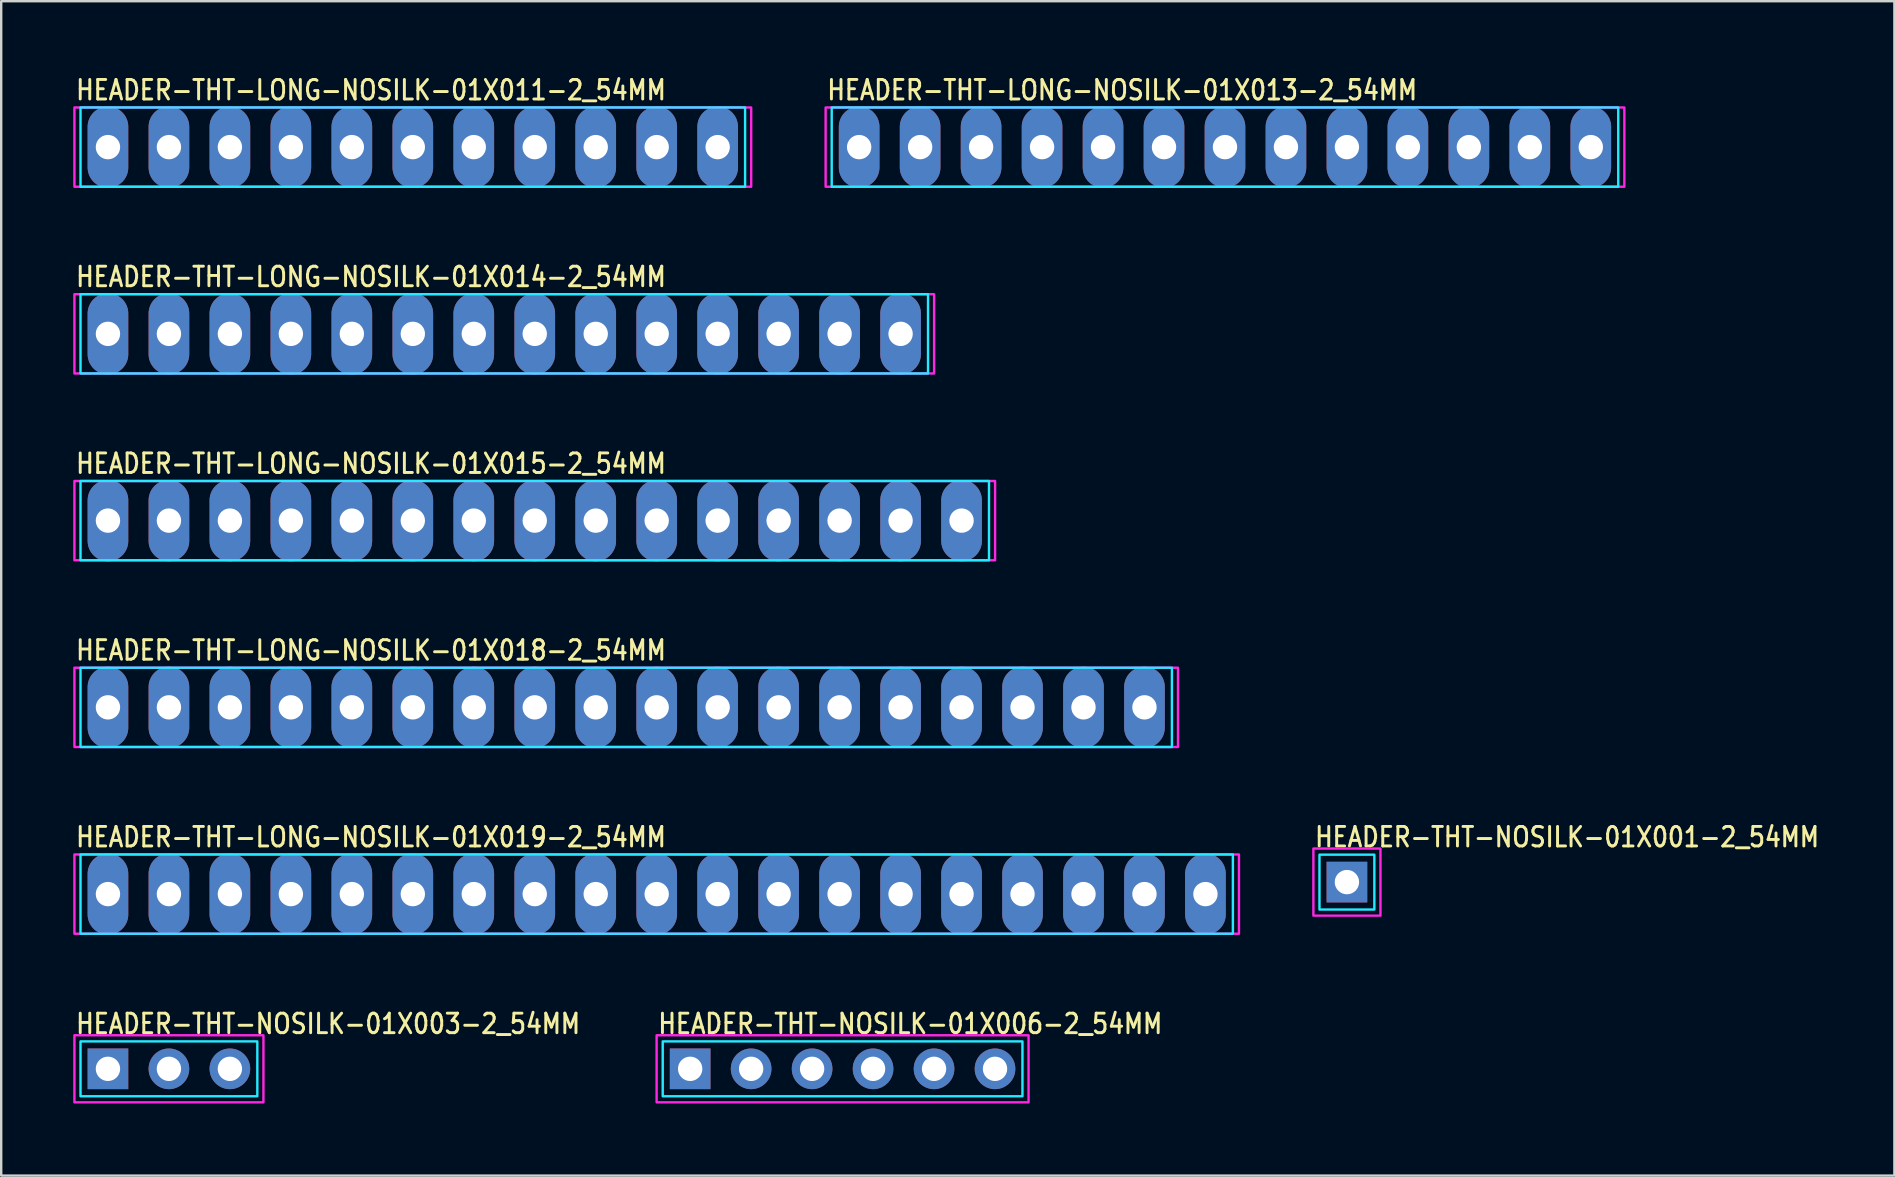
<source format=kicad_pcb>
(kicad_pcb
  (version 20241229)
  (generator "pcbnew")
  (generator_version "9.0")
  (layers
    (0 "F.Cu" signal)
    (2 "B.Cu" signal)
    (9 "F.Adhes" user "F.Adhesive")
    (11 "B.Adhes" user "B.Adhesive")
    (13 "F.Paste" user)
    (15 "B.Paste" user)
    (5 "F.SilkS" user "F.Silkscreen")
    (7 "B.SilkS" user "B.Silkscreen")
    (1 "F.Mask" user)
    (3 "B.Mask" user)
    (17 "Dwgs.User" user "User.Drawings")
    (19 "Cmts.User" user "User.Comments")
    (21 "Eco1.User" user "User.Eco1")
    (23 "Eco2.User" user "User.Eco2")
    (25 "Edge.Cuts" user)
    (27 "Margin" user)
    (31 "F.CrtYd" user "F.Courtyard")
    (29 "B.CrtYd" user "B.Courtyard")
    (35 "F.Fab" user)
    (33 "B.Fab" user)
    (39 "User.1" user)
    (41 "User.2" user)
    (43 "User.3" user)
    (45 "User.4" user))
  (footprint "HEADER-THT-LONG-NOSILK-01X018-2_54MM"
    (layer "F.Cu")
    (at 1.447 26.417)
    (property "Reference" "HEADER-THT-LONG-NOSILK-01X018-2_54MM" (at -1.4 -1.9 0) (unlocked yes) (layer "F.SilkS") (effects (font (size 0.813 0.695) (thickness 0.122)) (justify left bottom)))
    (fp_poly (pts (xy -1.143 -1.651) (xy 44.323 -1.651) (xy 44.323 1.651) (xy -1.143 1.651)) (stroke (width 0.1) (type solid)) (fill no) (layer "B.CrtYd"))
    (fp_poly (pts (xy -1.397 -1.651) (xy 44.577 -1.651) (xy 44.577 1.651) (xy -1.397 1.651)) (stroke (width 0.1) (type solid)) (fill no) (layer "F.CrtYd"))
    (pad "P$1" thru_hole oval (at 0 0 90) (size 3.387 1.693) (drill 1.016) (layers "*.Cu" "*.Mask"))
    (pad "P$2" thru_hole oval (at 2.54 0 90) (size 3.387 1.693) (drill 1.016) (layers "*.Cu" "*.Mask"))
    (pad "P$3" thru_hole oval (at 5.08 0 90) (size 3.387 1.693) (drill 1.016) (layers "*.Cu" "*.Mask"))
    (pad "P$4" thru_hole oval (at 7.62 0 90) (size 3.387 1.693) (drill 1.016) (layers "*.Cu" "*.Mask"))
    (pad "P$5" thru_hole oval (at 10.16 0 90) (size 3.387 1.693) (drill 1.016) (layers "*.Cu" "*.Mask"))
    (pad "P$6" thru_hole oval (at 12.7 0 90) (size 3.387 1.693) (drill 1.016) (layers "*.Cu" "*.Mask"))
    (pad "P$7" thru_hole oval (at 15.24 0 90) (size 3.387 1.693) (drill 1.016) (layers "*.Cu" "*.Mask"))
    (pad "P$8" thru_hole oval (at 17.78 0 90) (size 3.387 1.693) (drill 1.016) (layers "*.Cu" "*.Mask"))
    (pad "P$9" thru_hole oval (at 20.32 0 90) (size 3.387 1.693) (drill 1.016) (layers "*.Cu" "*.Mask"))
    (pad "P$10" thru_hole oval (at 22.86 0 90) (size 3.387 1.693) (drill 1.016) (layers "*.Cu" "*.Mask"))
    (pad "P$11" thru_hole oval (at 25.4 0 90) (size 3.387 1.693) (drill 1.016) (layers "*.Cu" "*.Mask"))
    (pad "P$12" thru_hole oval (at 27.94 0 90) (size 3.387 1.693) (drill 1.016) (layers "*.Cu" "*.Mask"))
    (pad "P$13" thru_hole oval (at 30.48 0 90) (size 3.387 1.693) (drill 1.016) (layers "*.Cu" "*.Mask"))
    (pad "P$14" thru_hole oval (at 33.02 0 90) (size 3.387 1.693) (drill 1.016) (layers "*.Cu" "*.Mask"))
    (pad "P$15" thru_hole oval (at 35.56 0 90) (size 3.387 1.693) (drill 1.016) (layers "*.Cu" "*.Mask"))
    (pad "P$16" thru_hole oval (at 38.1 0 90) (size 3.387 1.693) (drill 1.016) (layers "*.Cu" "*.Mask"))
    (pad "P$17" thru_hole oval (at 40.64 0 90) (size 3.387 1.693) (drill 1.016) (layers "*.Cu" "*.Mask"))
    (pad "P$18" thru_hole oval (at 43.18 0 90) (size 3.387 1.693) (drill 1.016) (layers "*.Cu" "*.Mask")))
  (footprint "HEADER-THT-NOSILK-01X003-2_54MM"
    (layer "F.Cu")
    (at 1.447 41.476)
    (property "Reference" "HEADER-THT-NOSILK-01X003-2_54MM" (at -1.4 -1.4 0) (unlocked yes) (layer "F.SilkS") (effects (font (size 0.813 0.695) (thickness 0.122)) (justify left bottom)))
    (fp_poly (pts (xy -1.143 -1.143) (xy 6.223 -1.143) (xy 6.223 1.143) (xy -1.143 1.143)) (stroke (width 0.1) (type solid)) (fill no) (layer "B.CrtYd"))
    (fp_poly (pts (xy -1.397 -1.397) (xy 6.477 -1.397) (xy 6.477 1.397) (xy -1.397 1.397)) (stroke (width 0.1) (type solid)) (fill no) (layer "F.CrtYd"))
    (pad "P$1" thru_hole rect (at 0 0) (size 1.693 1.693) (drill 1.016) (layers "*.Cu" "*.Mask"))
    (pad "P$2" thru_hole oval (at 2.54 0) (size 1.693 1.693) (drill 1.016) (layers "*.Cu" "*.Mask"))
    (pad "P$3" thru_hole oval (at 5.08 0) (size 1.693 1.693) (drill 1.016) (layers "*.Cu" "*.Mask")))
  (footprint "HEADER-THT-LONG-NOSILK-01X011-2_54MM"
    (layer "F.Cu")
    (at 1.447 3.079)
    (property "Reference" "HEADER-THT-LONG-NOSILK-01X011-2_54MM" (at -1.4 -1.9 0) (unlocked yes) (layer "F.SilkS") (effects (font (size 0.813 0.695) (thickness 0.122)) (justify left bottom)))
    (fp_poly (pts (xy -1.143 -1.651) (xy 26.543 -1.651) (xy 26.543 1.651) (xy -1.143 1.651)) (stroke (width 0.1) (type solid)) (fill no) (layer "B.CrtYd"))
    (fp_poly (pts (xy -1.397 -1.651) (xy 26.797 -1.651) (xy 26.797 1.651) (xy -1.397 1.651)) (stroke (width 0.1) (type solid)) (fill no) (layer "F.CrtYd"))
    (pad "P$1" thru_hole oval (at 0 0 90) (size 3.387 1.693) (drill 1.016) (layers "*.Cu" "*.Mask"))
    (pad "P$2" thru_hole oval (at 2.54 0 90) (size 3.387 1.693) (drill 1.016) (layers "*.Cu" "*.Mask"))
    (pad "P$3" thru_hole oval (at 5.08 0 90) (size 3.387 1.693) (drill 1.016) (layers "*.Cu" "*.Mask"))
    (pad "P$4" thru_hole oval (at 7.62 0 90) (size 3.387 1.693) (drill 1.016) (layers "*.Cu" "*.Mask"))
    (pad "P$5" thru_hole oval (at 10.16 0 90) (size 3.387 1.693) (drill 1.016) (layers "*.Cu" "*.Mask"))
    (pad "P$6" thru_hole oval (at 12.7 0 90) (size 3.387 1.693) (drill 1.016) (layers "*.Cu" "*.Mask"))
    (pad "P$7" thru_hole oval (at 15.24 0 90) (size 3.387 1.693) (drill 1.016) (layers "*.Cu" "*.Mask"))
    (pad "P$8" thru_hole oval (at 17.78 0 90) (size 3.387 1.693) (drill 1.016) (layers "*.Cu" "*.Mask"))
    (pad "P$9" thru_hole oval (at 20.32 0 90) (size 3.387 1.693) (drill 1.016) (layers "*.Cu" "*.Mask"))
    (pad "P$10" thru_hole oval (at 22.86 0 90) (size 3.387 1.693) (drill 1.016) (layers "*.Cu" "*.Mask"))
    (pad "P$11" thru_hole oval (at 25.4 0 90) (size 3.387 1.693) (drill 1.016) (layers "*.Cu" "*.Mask")))
  (footprint "HEADER-THT-LONG-NOSILK-01X013-2_54MM"
    (layer "F.Cu")
    (at 32.741 3.079)
    (property "Reference" "HEADER-THT-LONG-NOSILK-01X013-2_54MM" (at -1.4 -1.9 0) (unlocked yes) (layer "F.SilkS") (effects (font (size 0.813 0.695) (thickness 0.122)) (justify left bottom)))
    (fp_poly (pts (xy -1.143 -1.651) (xy 31.623 -1.651) (xy 31.623 1.651) (xy -1.143 1.651)) (stroke (width 0.1) (type solid)) (fill no) (layer "B.CrtYd"))
    (fp_poly (pts (xy -1.397 -1.651) (xy 31.877 -1.651) (xy 31.877 1.651) (xy -1.397 1.651)) (stroke (width 0.1) (type solid)) (fill no) (layer "F.CrtYd"))
    (pad "P$1" thru_hole oval (at 0 0 90) (size 3.387 1.693) (drill 1.016) (layers "*.Cu" "*.Mask"))
    (pad "P$2" thru_hole oval (at 2.54 0 90) (size 3.387 1.693) (drill 1.016) (layers "*.Cu" "*.Mask"))
    (pad "P$3" thru_hole oval (at 5.08 0 90) (size 3.387 1.693) (drill 1.016) (layers "*.Cu" "*.Mask"))
    (pad "P$4" thru_hole oval (at 7.62 0 90) (size 3.387 1.693) (drill 1.016) (layers "*.Cu" "*.Mask"))
    (pad "P$5" thru_hole oval (at 10.16 0 90) (size 3.387 1.693) (drill 1.016) (layers "*.Cu" "*.Mask"))
    (pad "P$6" thru_hole oval (at 12.7 0 90) (size 3.387 1.693) (drill 1.016) (layers "*.Cu" "*.Mask"))
    (pad "P$7" thru_hole oval (at 15.24 0 90) (size 3.387 1.693) (drill 1.016) (layers "*.Cu" "*.Mask"))
    (pad "P$8" thru_hole oval (at 17.78 0 90) (size 3.387 1.693) (drill 1.016) (layers "*.Cu" "*.Mask"))
    (pad "P$9" thru_hole oval (at 20.32 0 90) (size 3.387 1.693) (drill 1.016) (layers "*.Cu" "*.Mask"))
    (pad "P$10" thru_hole oval (at 22.86 0 90) (size 3.387 1.693) (drill 1.016) (layers "*.Cu" "*.Mask"))
    (pad "P$11" thru_hole oval (at 25.4 0 90) (size 3.387 1.693) (drill 1.016) (layers "*.Cu" "*.Mask"))
    (pad "P$12" thru_hole oval (at 27.94 0 90) (size 3.387 1.693) (drill 1.016) (layers "*.Cu" "*.Mask"))
    (pad "P$13" thru_hole oval (at 30.48 0 90) (size 3.387 1.693) (drill 1.016) (layers "*.Cu" "*.Mask")))
  (footprint "HEADER-THT-LONG-NOSILK-01X015-2_54MM"
    (layer "F.Cu")
    (at 1.447 18.638)
    (property "Reference" "HEADER-THT-LONG-NOSILK-01X015-2_54MM" (at -1.4 -1.9 0) (unlocked yes) (layer "F.SilkS") (effects (font (size 0.813 0.695) (thickness 0.122)) (justify left bottom)))
    (fp_poly (pts (xy -1.143 -1.651) (xy 36.703 -1.651) (xy 36.703 1.651) (xy -1.143 1.651)) (stroke (width 0.1) (type solid)) (fill no) (layer "B.CrtYd"))
    (fp_poly (pts (xy -1.397 -1.651) (xy 36.957 -1.651) (xy 36.957 1.651) (xy -1.397 1.651)) (stroke (width 0.1) (type solid)) (fill no) (layer "F.CrtYd"))
    (pad "P$1" thru_hole oval (at 0 0 90) (size 3.387 1.693) (drill 1.016) (layers "*.Cu" "*.Mask"))
    (pad "P$2" thru_hole oval (at 2.54 0 90) (size 3.387 1.693) (drill 1.016) (layers "*.Cu" "*.Mask"))
    (pad "P$3" thru_hole oval (at 5.08 0 90) (size 3.387 1.693) (drill 1.016) (layers "*.Cu" "*.Mask"))
    (pad "P$4" thru_hole oval (at 7.62 0 90) (size 3.387 1.693) (drill 1.016) (layers "*.Cu" "*.Mask"))
    (pad "P$5" thru_hole oval (at 10.16 0 90) (size 3.387 1.693) (drill 1.016) (layers "*.Cu" "*.Mask"))
    (pad "P$6" thru_hole oval (at 12.7 0 90) (size 3.387 1.693) (drill 1.016) (layers "*.Cu" "*.Mask"))
    (pad "P$7" thru_hole oval (at 15.24 0 90) (size 3.387 1.693) (drill 1.016) (layers "*.Cu" "*.Mask"))
    (pad "P$8" thru_hole oval (at 17.78 0 90) (size 3.387 1.693) (drill 1.016) (layers "*.Cu" "*.Mask"))
    (pad "P$9" thru_hole oval (at 20.32 0 90) (size 3.387 1.693) (drill 1.016) (layers "*.Cu" "*.Mask"))
    (pad "P$10" thru_hole oval (at 22.86 0 90) (size 3.387 1.693) (drill 1.016) (layers "*.Cu" "*.Mask"))
    (pad "P$11" thru_hole oval (at 25.4 0 90) (size 3.387 1.693) (drill 1.016) (layers "*.Cu" "*.Mask"))
    (pad "P$12" thru_hole oval (at 27.94 0 90) (size 3.387 1.693) (drill 1.016) (layers "*.Cu" "*.Mask"))
    (pad "P$13" thru_hole oval (at 30.48 0 90) (size 3.387 1.693) (drill 1.016) (layers "*.Cu" "*.Mask"))
    (pad "P$14" thru_hole oval (at 33.02 0 90) (size 3.387 1.693) (drill 1.016) (layers "*.Cu" "*.Mask"))
    (pad "P$15" thru_hole oval (at 35.56 0 90) (size 3.387 1.693) (drill 1.016) (layers "*.Cu" "*.Mask")))
  (footprint "HEADER-THT-LONG-NOSILK-01X019-2_54MM"
    (layer "F.Cu")
    (at 1.447 34.197)
    (property "Reference" "HEADER-THT-LONG-NOSILK-01X019-2_54MM" (at -1.4 -1.9 0) (unlocked yes) (layer "F.SilkS") (effects (font (size 0.813 0.695) (thickness 0.122)) (justify left bottom)))
    (fp_poly (pts (xy -1.143 -1.651) (xy 46.863 -1.651) (xy 46.863 1.651) (xy -1.143 1.651)) (stroke (width 0.1) (type solid)) (fill no) (layer "B.CrtYd"))
    (fp_poly (pts (xy -1.397 -1.651) (xy 47.117 -1.651) (xy 47.117 1.651) (xy -1.397 1.651)) (stroke (width 0.1) (type solid)) (fill no) (layer "F.CrtYd"))
    (pad "P$1" thru_hole oval (at 0 0 90) (size 3.387 1.693) (drill 1.016) (layers "*.Cu" "*.Mask"))
    (pad "P$2" thru_hole oval (at 2.54 0 90) (size 3.387 1.693) (drill 1.016) (layers "*.Cu" "*.Mask"))
    (pad "P$3" thru_hole oval (at 5.08 0 90) (size 3.387 1.693) (drill 1.016) (layers "*.Cu" "*.Mask"))
    (pad "P$4" thru_hole oval (at 7.62 0 90) (size 3.387 1.693) (drill 1.016) (layers "*.Cu" "*.Mask"))
    (pad "P$5" thru_hole oval (at 10.16 0 90) (size 3.387 1.693) (drill 1.016) (layers "*.Cu" "*.Mask"))
    (pad "P$6" thru_hole oval (at 12.7 0 90) (size 3.387 1.693) (drill 1.016) (layers "*.Cu" "*.Mask"))
    (pad "P$7" thru_hole oval (at 15.24 0 90) (size 3.387 1.693) (drill 1.016) (layers "*.Cu" "*.Mask"))
    (pad "P$8" thru_hole oval (at 17.78 0 90) (size 3.387 1.693) (drill 1.016) (layers "*.Cu" "*.Mask"))
    (pad "P$9" thru_hole oval (at 20.32 0 90) (size 3.387 1.693) (drill 1.016) (layers "*.Cu" "*.Mask"))
    (pad "P$10" thru_hole oval (at 22.86 0 90) (size 3.387 1.693) (drill 1.016) (layers "*.Cu" "*.Mask"))
    (pad "P$11" thru_hole oval (at 25.4 0 90) (size 3.387 1.693) (drill 1.016) (layers "*.Cu" "*.Mask"))
    (pad "P$12" thru_hole oval (at 27.94 0 90) (size 3.387 1.693) (drill 1.016) (layers "*.Cu" "*.Mask"))
    (pad "P$13" thru_hole oval (at 30.48 0 90) (size 3.387 1.693) (drill 1.016) (layers "*.Cu" "*.Mask"))
    (pad "P$14" thru_hole oval (at 33.02 0 90) (size 3.387 1.693) (drill 1.016) (layers "*.Cu" "*.Mask"))
    (pad "P$15" thru_hole oval (at 35.56 0 90) (size 3.387 1.693) (drill 1.016) (layers "*.Cu" "*.Mask"))
    (pad "P$16" thru_hole oval (at 38.1 0 90) (size 3.387 1.693) (drill 1.016) (layers "*.Cu" "*.Mask"))
    (pad "P$17" thru_hole oval (at 40.64 0 90) (size 3.387 1.693) (drill 1.016) (layers "*.Cu" "*.Mask"))
    (pad "P$18" thru_hole oval (at 43.18 0 90) (size 3.387 1.693) (drill 1.016) (layers "*.Cu" "*.Mask"))
    (pad "P$19" thru_hole oval (at 45.72 0 90) (size 3.387 1.693) (drill 1.016) (layers "*.Cu" "*.Mask")))
  (footprint "HEADER-THT-NOSILK-01X001-2_54MM"
    (layer "F.Cu")
    (at 53.061 33.697)
    (property "Reference" "HEADER-THT-NOSILK-01X001-2_54MM" (at -1.4 -1.4 0) (unlocked yes) (layer "F.SilkS") (effects (font (size 0.813 0.695) (thickness 0.122)) (justify left bottom)))
    (fp_poly (pts (xy -1.143 -1.143) (xy 1.143 -1.143) (xy 1.143 1.143) (xy -1.143 1.143)) (stroke (width 0.1) (type solid)) (fill no) (layer "B.CrtYd"))
    (fp_poly (pts (xy -1.397 -1.397) (xy 1.397 -1.397) (xy 1.397 1.397) (xy -1.397 1.397)) (stroke (width 0.1) (type solid)) (fill no) (layer "F.CrtYd"))
    (pad "P$1" thru_hole rect (at 0 0) (size 1.693 1.693) (drill 1.016) (layers "*.Cu" "*.Mask")))
  (footprint "HEADER-THT-LONG-NOSILK-01X014-2_54MM"
    (layer "F.Cu")
    (at 1.447 10.858)
    (property "Reference" "HEADER-THT-LONG-NOSILK-01X014-2_54MM" (at -1.4 -1.9 0) (unlocked yes) (layer "F.SilkS") (effects (font (size 0.813 0.695) (thickness 0.122)) (justify left bottom)))
    (fp_poly (pts (xy -1.143 -1.651) (xy 34.163 -1.651) (xy 34.163 1.651) (xy -1.143 1.651)) (stroke (width 0.1) (type solid)) (fill no) (layer "B.CrtYd"))
    (fp_poly (pts (xy -1.397 -1.651) (xy 34.417 -1.651) (xy 34.417 1.651) (xy -1.397 1.651)) (stroke (width 0.1) (type solid)) (fill no) (layer "F.CrtYd"))
    (pad "P$1" thru_hole oval (at 0 0 90) (size 3.387 1.693) (drill 1.016) (layers "*.Cu" "*.Mask"))
    (pad "P$2" thru_hole oval (at 2.54 0 90) (size 3.387 1.693) (drill 1.016) (layers "*.Cu" "*.Mask"))
    (pad "P$3" thru_hole oval (at 5.08 0 90) (size 3.387 1.693) (drill 1.016) (layers "*.Cu" "*.Mask"))
    (pad "P$4" thru_hole oval (at 7.62 0 90) (size 3.387 1.693) (drill 1.016) (layers "*.Cu" "*.Mask"))
    (pad "P$5" thru_hole oval (at 10.16 0 90) (size 3.387 1.693) (drill 1.016) (layers "*.Cu" "*.Mask"))
    (pad "P$6" thru_hole oval (at 12.7 0 90) (size 3.387 1.693) (drill 1.016) (layers "*.Cu" "*.Mask"))
    (pad "P$7" thru_hole oval (at 15.24 0 90) (size 3.387 1.693) (drill 1.016) (layers "*.Cu" "*.Mask"))
    (pad "P$8" thru_hole oval (at 17.78 0 90) (size 3.387 1.693) (drill 1.016) (layers "*.Cu" "*.Mask"))
    (pad "P$9" thru_hole oval (at 20.32 0 90) (size 3.387 1.693) (drill 1.016) (layers "*.Cu" "*.Mask"))
    (pad "P$10" thru_hole oval (at 22.86 0 90) (size 3.387 1.693) (drill 1.016) (layers "*.Cu" "*.Mask"))
    (pad "P$11" thru_hole oval (at 25.4 0 90) (size 3.387 1.693) (drill 1.016) (layers "*.Cu" "*.Mask"))
    (pad "P$12" thru_hole oval (at 27.94 0 90) (size 3.387 1.693) (drill 1.016) (layers "*.Cu" "*.Mask"))
    (pad "P$13" thru_hole oval (at 30.48 0 90) (size 3.387 1.693) (drill 1.016) (layers "*.Cu" "*.Mask"))
    (pad "P$14" thru_hole oval (at 33.02 0 90) (size 3.387 1.693) (drill 1.016) (layers "*.Cu" "*.Mask")))
  (footprint "HEADER-THT-NOSILK-01X006-2_54MM"
    (layer "F.Cu")
    (at 25.701 41.476)
    (property "Reference" "HEADER-THT-NOSILK-01X006-2_54MM" (at -1.4 -1.4 0) (unlocked yes) (layer "F.SilkS") (effects (font (size 0.813 0.695) (thickness 0.122)) (justify left bottom)))
    (fp_poly (pts (xy -1.143 -1.143) (xy 13.843 -1.143) (xy 13.843 1.143) (xy -1.143 1.143)) (stroke (width 0.1) (type solid)) (fill no) (layer "B.CrtYd"))
    (fp_poly (pts (xy -1.397 -1.397) (xy 14.097 -1.397) (xy 14.097 1.397) (xy -1.397 1.397)) (stroke (width 0.1) (type solid)) (fill no) (layer "F.CrtYd"))
    (pad "P$1" thru_hole rect (at 0 0) (size 1.693 1.693) (drill 1.016) (layers "*.Cu" "*.Mask"))
    (pad "P$2" thru_hole oval (at 2.54 0) (size 1.693 1.693) (drill 1.016) (layers "*.Cu" "*.Mask"))
    (pad "P$3" thru_hole oval (at 5.08 0) (size 1.693 1.693) (drill 1.016) (layers "*.Cu" "*.Mask"))
    (pad "P$4" thru_hole oval (at 7.62 0) (size 1.693 1.693) (drill 1.016) (layers "*.Cu" "*.Mask"))
    (pad "P$5" thru_hole oval (at 10.16 0) (size 1.693 1.693) (drill 1.016) (layers "*.Cu" "*.Mask"))
    (pad "P$6" thru_hole oval (at 12.7 0) (size 1.693 1.693) (drill 1.016) (layers "*.Cu" "*.Mask")))
  (gr_rect
    (start -3 -3)
    (end 75.868 45.923)
    (stroke (width 0.1) (type default))
    (fill no)
    (layer "Edge.Cuts")))
</source>
